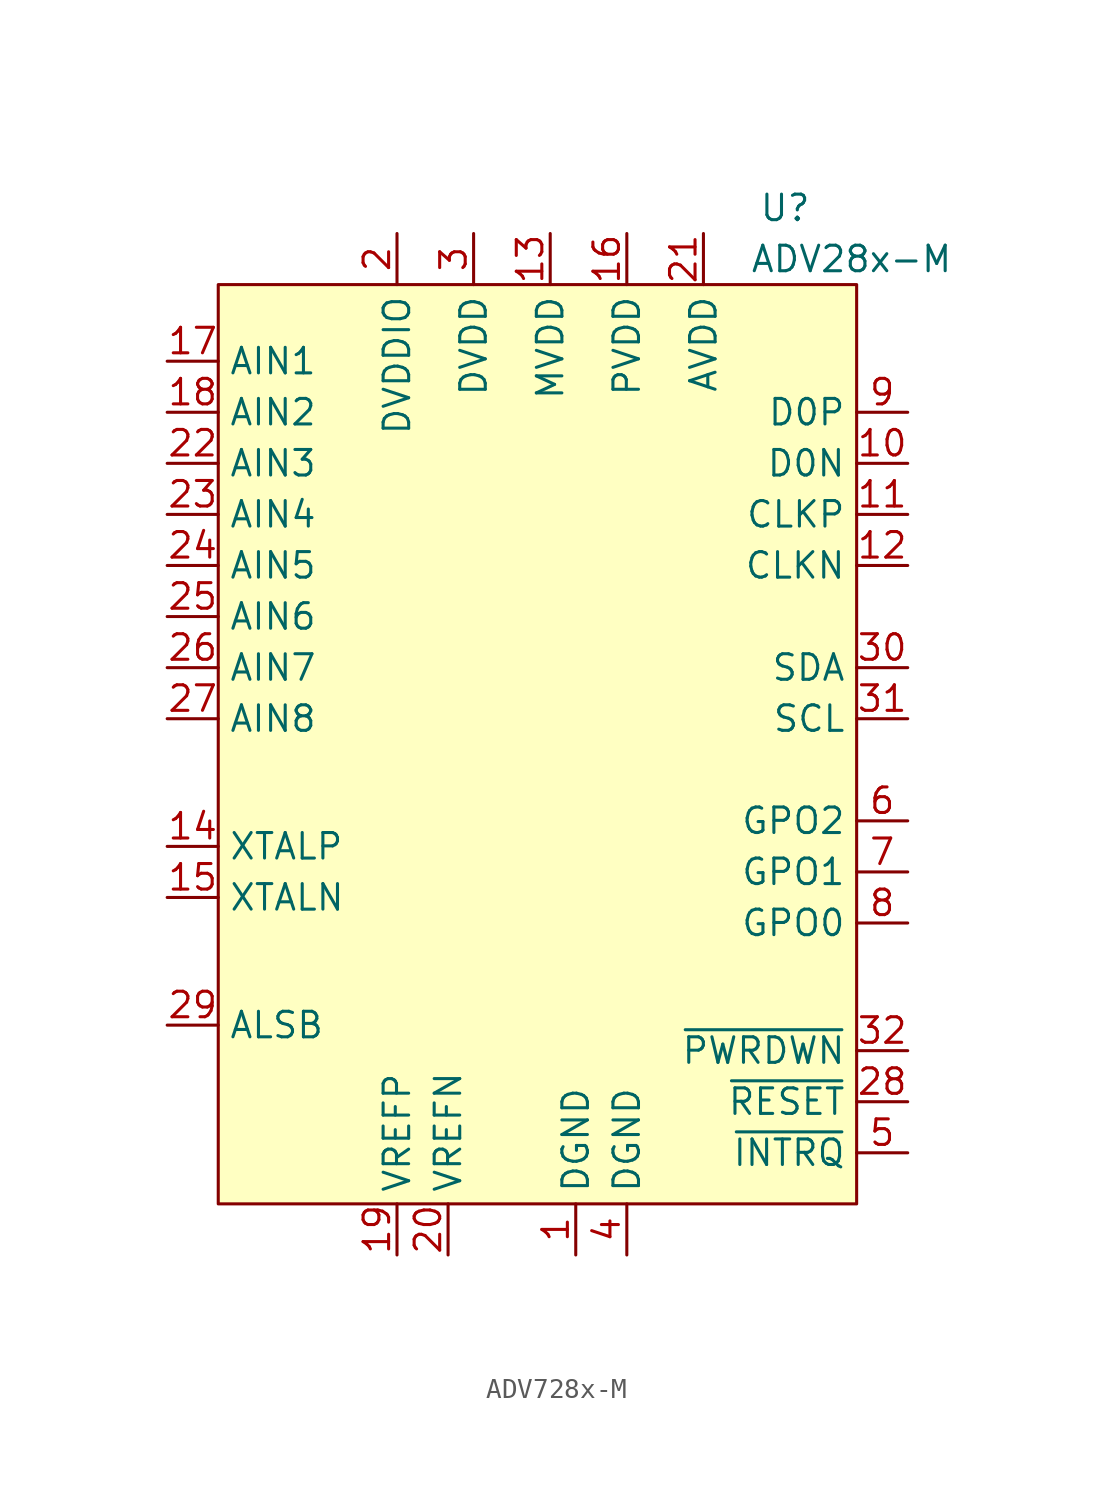
<source format=kicad_sym>
(kicad_symbol_lib
  (version 20231120)
  (generator "kicad_symbol_editor")
  (generator_version "8.0")
  (symbol "ADV728x-M"
    (property "Reference" "U"
      (at 0.254 3.81 0)
      (effects (font (size 1.27 1.27))))
    (property "Value" "ADV28x-M"
      (at 3.556 1.27 0)
      (effects (font (size 1.27 1.27))))
    (symbol "ADV728x-M_1_1"
      (rectangle (start -27.94 0) (end 3.81 -45.72) (stroke (width 0) (type default)) (fill (type background)))
      (pin power_in line (at -10.16 -48.26 90) (length 2.54) (name "DGND" (effects (font (size 1.27 1.27)))) (number "1" (effects (font (size 1.27 1.27)))))
      (pin output line (at 6.35 -8.89 180) (length 2.54) (name "D0N" (effects (font (size 1.27 1.27)))) (number "10" (effects (font (size 1.27 1.27)))))
      (pin output line (at 6.35 -11.43 180) (length 2.54) (name "CLKP" (effects (font (size 1.27 1.27)))) (number "11" (effects (font (size 1.27 1.27)))))
      (pin output line (at 6.35 -13.97 180) (length 2.54) (name "CLKN" (effects (font (size 1.27 1.27)))) (number "12" (effects (font (size 1.27 1.27)))))
      (pin power_in line (at -11.43 2.54 270) (length 2.54) (name "MVDD" (effects (font (size 1.27 1.27)))) (number "13" (effects (font (size 1.27 1.27)))))
      (pin input line (at -30.48 -27.94 0) (length 2.54) (name "XTALP" (effects (font (size 1.27 1.27)))) (number "14" (effects (font (size 1.27 1.27)))))
      (pin input line (at -30.48 -30.48 0) (length 2.54) (name "XTALN" (effects (font (size 1.27 1.27)))) (number "15" (effects (font (size 1.27 1.27)))))
      (pin power_in line (at -7.62 2.54 270) (length 2.54) (name "PVDD" (effects (font (size 1.27 1.27)))) (number "16" (effects (font (size 1.27 1.27)))))
      (pin input line (at -30.48 -3.81 0) (length 2.54) (name "AIN1" (effects (font (size 1.27 1.27)))) (number "17" (effects (font (size 1.27 1.27)))))
      (pin input line (at -30.48 -6.35 0) (length 2.54) (name "AIN2" (effects (font (size 1.27 1.27)))) (number "18" (effects (font (size 1.27 1.27)))))
      (pin power_in line (at -19.05 -48.26 90) (length 2.54) (name "VREFP" (effects (font (size 1.27 1.27)))) (number "19" (effects (font (size 1.27 1.27)))))
      (pin power_in line (at -19.05 2.54 270) (length 2.54) (name "DVDDIO" (effects (font (size 1.27 1.27)))) (number "2" (effects (font (size 1.27 1.27)))))
      (pin power_in line (at -16.51 -48.26 90) (length 2.54) (name "VREFN" (effects (font (size 1.27 1.27)))) (number "20" (effects (font (size 1.27 1.27)))))
      (pin power_in line (at -3.81 2.54 270) (length 2.54) (name "AVDD" (effects (font (size 1.27 1.27)))) (number "21" (effects (font (size 1.27 1.27)))))
      (pin input line (at -30.48 -8.89 0) (length 2.54) (name "AIN3" (effects (font (size 1.27 1.27)))) (number "22" (effects (font (size 1.27 1.27)))))
      (pin input line (at -30.48 -11.43 0) (length 2.54) (name "AIN4" (effects (font (size 1.27 1.27)))) (number "23" (effects (font (size 1.27 1.27)))))
      (pin input line (at -30.48 -13.97 0) (length 2.54) (name "AIN5" (effects (font (size 1.27 1.27)))) (number "24" (effects (font (size 1.27 1.27)))))
      (pin input line (at -30.48 -16.51 0) (length 2.54) (name "AIN6" (effects (font (size 1.27 1.27)))) (number "25" (effects (font (size 1.27 1.27)))))
      (pin input line (at -30.48 -19.05 0) (length 2.54) (name "AIN7" (effects (font (size 1.27 1.27)))) (number "26" (effects (font (size 1.27 1.27)))))
      (pin input line (at -30.48 -21.59 0) (length 2.54) (name "AIN8" (effects (font (size 1.27 1.27)))) (number "27" (effects (font (size 1.27 1.27)))))
      (pin input line (at 6.35 -40.64 180) (length 2.54) (name "~{RESET}" (effects (font (size 1.27 1.27)))) (number "28" (effects (font (size 1.27 1.27)))))
      (pin input line (at -30.48 -36.83 0) (length 2.54) (name "ALSB" (effects (font (size 1.27 1.27)))) (number "29" (effects (font (size 1.27 1.27)))))
      (pin power_in line (at -15.24 2.54 270) (length 2.54) (name "DVDD" (effects (font (size 1.27 1.27)))) (number "3" (effects (font (size 1.27 1.27)))))
      (pin bidirectional line (at 6.35 -19.05 180) (length 2.54) (name "SDA" (effects (font (size 1.27 1.27)))) (number "30" (effects (font (size 1.27 1.27)))))
      (pin bidirectional line (at 6.35 -21.59 180) (length 2.54) (name "SCL" (effects (font (size 1.27 1.27)))) (number "31" (effects (font (size 1.27 1.27)))))
      (pin input line (at 6.35 -38.1 180) (length 2.54) (name "~{PWRDWN}" (effects (font (size 1.27 1.27)))) (number "32" (effects (font (size 1.27 1.27)))))
      (pin power_in line (at -7.62 -48.26 90) (length 2.54) (name "DGND" (effects (font (size 1.27 1.27)))) (number "4" (effects (font (size 1.27 1.27)))))
      (pin output line (at 6.35 -43.18 180) (length 2.54) (name "~{INTRQ}" (effects (font (size 1.27 1.27)))) (number "5" (effects (font (size 1.27 1.27)))))
      (pin bidirectional line (at 6.35 -26.67 180) (length 2.54) (name "GPO2" (effects (font (size 1.27 1.27)))) (number "6" (effects (font (size 1.27 1.27)))))
      (pin bidirectional line (at 6.35 -29.21 180) (length 2.54) (name "GPO1" (effects (font (size 1.27 1.27)))) (number "7" (effects (font (size 1.27 1.27)))))
      (pin bidirectional line (at 6.35 -31.75 180) (length 2.54) (name "GPO0" (effects (font (size 1.27 1.27)))) (number "8" (effects (font (size 1.27 1.27)))))
      (pin output line (at 6.35 -6.35 180) (length 2.54) (name "D0P" (effects (font (size 1.27 1.27)))) (number "9" (effects (font (size 1.27 1.27))))))))
</source>
